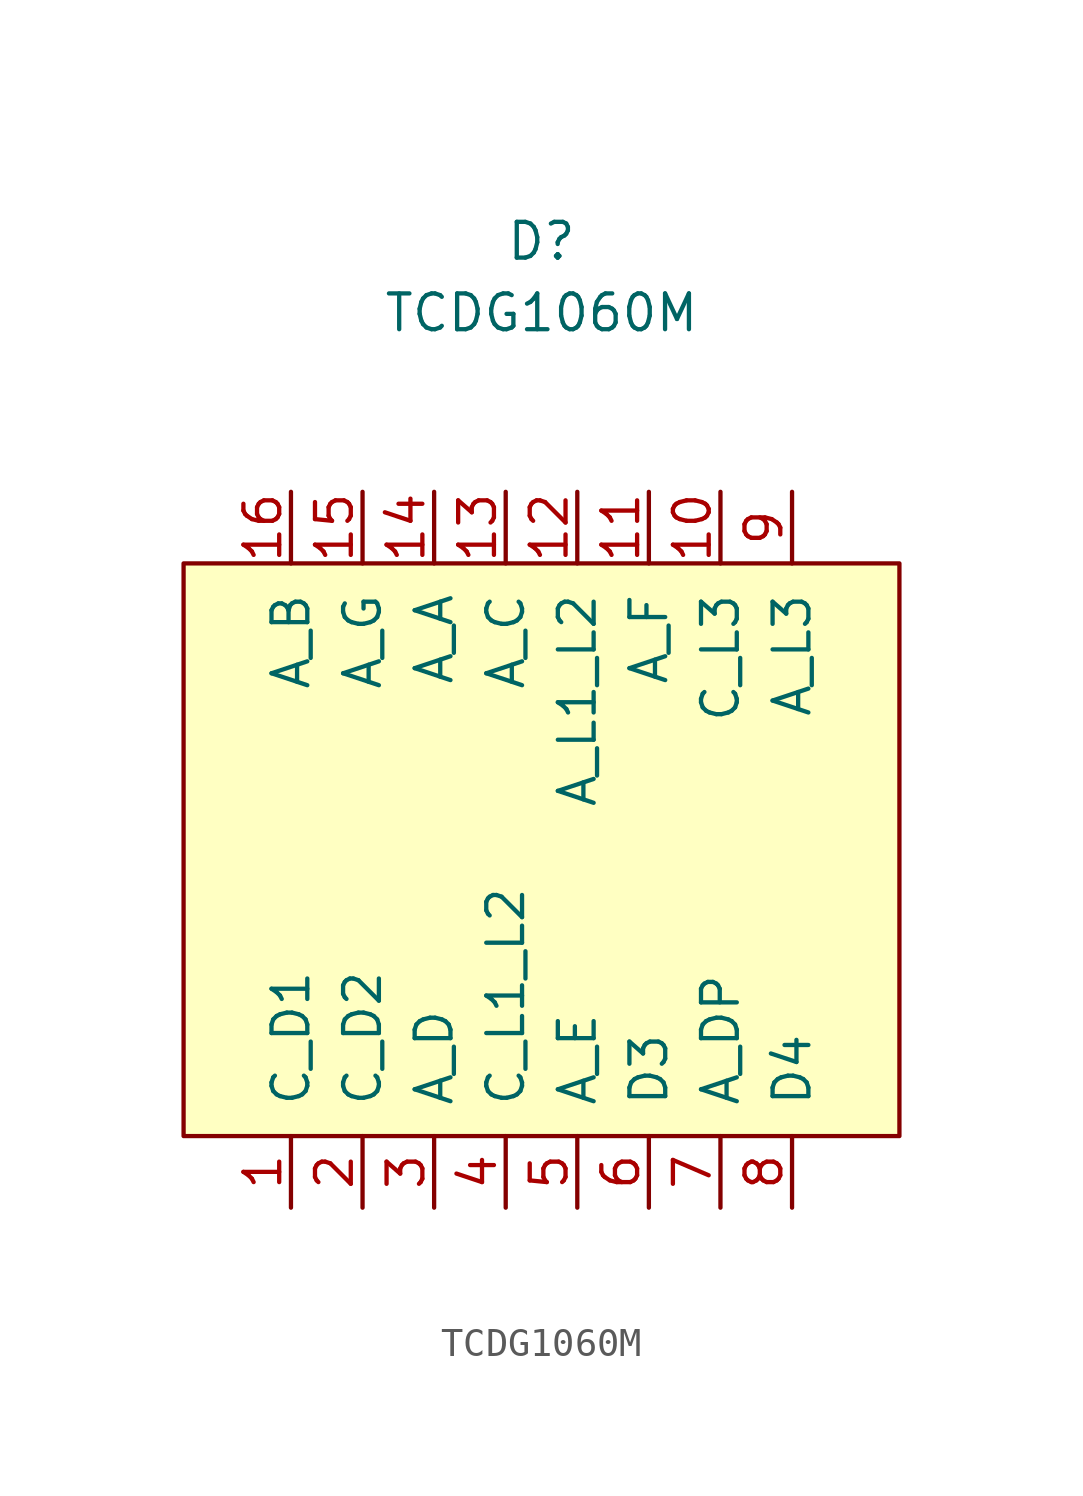
<source format=kicad_sym>
(kicad_symbol_lib
  (version 20211014)
  (generator kicad_symbol_editor)
  (symbol "TCDG1060M"
    (pin_names
      (offset 1.016))
    (property "Reference" "D"
      (at 0 21.59 0)
      (effects (font (size 1.27 1.27))))
    (property "Value" "TCDG1060M"
      (at 0 19.05 0)
      (effects (font (size 1.27 1.27))))
    (symbol "TCDG1060M_0_1"
      (rectangle (start -12.7 10.16) (end 12.7 -10.16) (stroke (width 0) (type default) (color 0 0 0 0)) (fill (type background))))
    (symbol "TCDG1060M_1_1"
      (pin passive line (at -8.89 -12.7 90) (length 2.54) (name "C_D1" (effects (font (size 1.27 1.27)))) (number "1" (effects (font (size 1.27 1.27)))))
      (pin passive line (at 6.35 12.7 270) (length 2.54) (name "C_L3" (effects (font (size 1.27 1.27)))) (number "10" (effects (font (size 1.27 1.27)))))
      (pin passive line (at 3.81 12.7 270) (length 2.54) (name "A_F" (effects (font (size 1.27 1.27)))) (number "11" (effects (font (size 1.27 1.27)))))
      (pin passive line (at 1.27 12.7 270) (length 2.54) (name "A_L1_L2" (effects (font (size 1.27 1.27)))) (number "12" (effects (font (size 1.27 1.27)))))
      (pin passive line (at -1.27 12.7 270) (length 2.54) (name "A_C" (effects (font (size 1.27 1.27)))) (number "13" (effects (font (size 1.27 1.27)))))
      (pin passive line (at -3.81 12.7 270) (length 2.54) (name "A_A" (effects (font (size 1.27 1.27)))) (number "14" (effects (font (size 1.27 1.27)))))
      (pin passive line (at -6.35 12.7 270) (length 2.54) (name "A_G" (effects (font (size 1.27 1.27)))) (number "15" (effects (font (size 1.27 1.27)))))
      (pin passive line (at -8.89 12.7 270) (length 2.54) (name "A_B" (effects (font (size 1.27 1.27)))) (number "16" (effects (font (size 1.27 1.27)))))
      (pin passive line (at -6.35 -12.7 90) (length 2.54) (name "C_D2" (effects (font (size 1.27 1.27)))) (number "2" (effects (font (size 1.27 1.27)))))
      (pin passive line (at -3.81 -12.7 90) (length 2.54) (name "A_D" (effects (font (size 1.27 1.27)))) (number "3" (effects (font (size 1.27 1.27)))))
      (pin passive line (at -1.27 -12.7 90) (length 2.54) (name "C_L1_L2" (effects (font (size 1.27 1.27)))) (number "4" (effects (font (size 1.27 1.27)))))
      (pin passive line (at 1.27 -12.7 90) (length 2.54) (name "A_E" (effects (font (size 1.27 1.27)))) (number "5" (effects (font (size 1.27 1.27)))))
      (pin passive line (at 3.81 -12.7 90) (length 2.54) (name "D3" (effects (font (size 1.27 1.27)))) (number "6" (effects (font (size 1.27 1.27)))))
      (pin passive line (at 6.35 -12.7 90) (length 2.54) (name "A_DP" (effects (font (size 1.27 1.27)))) (number "7" (effects (font (size 1.27 1.27)))))
      (pin passive line (at 8.89 -12.7 90) (length 2.54) (name "D4" (effects (font (size 1.27 1.27)))) (number "8" (effects (font (size 1.27 1.27)))))
      (pin passive line (at 8.89 12.7 270) (length 2.54) (name "A_L3" (effects (font (size 1.27 1.27)))) (number "9" (effects (font (size 1.27 1.27))))))))
</source>
